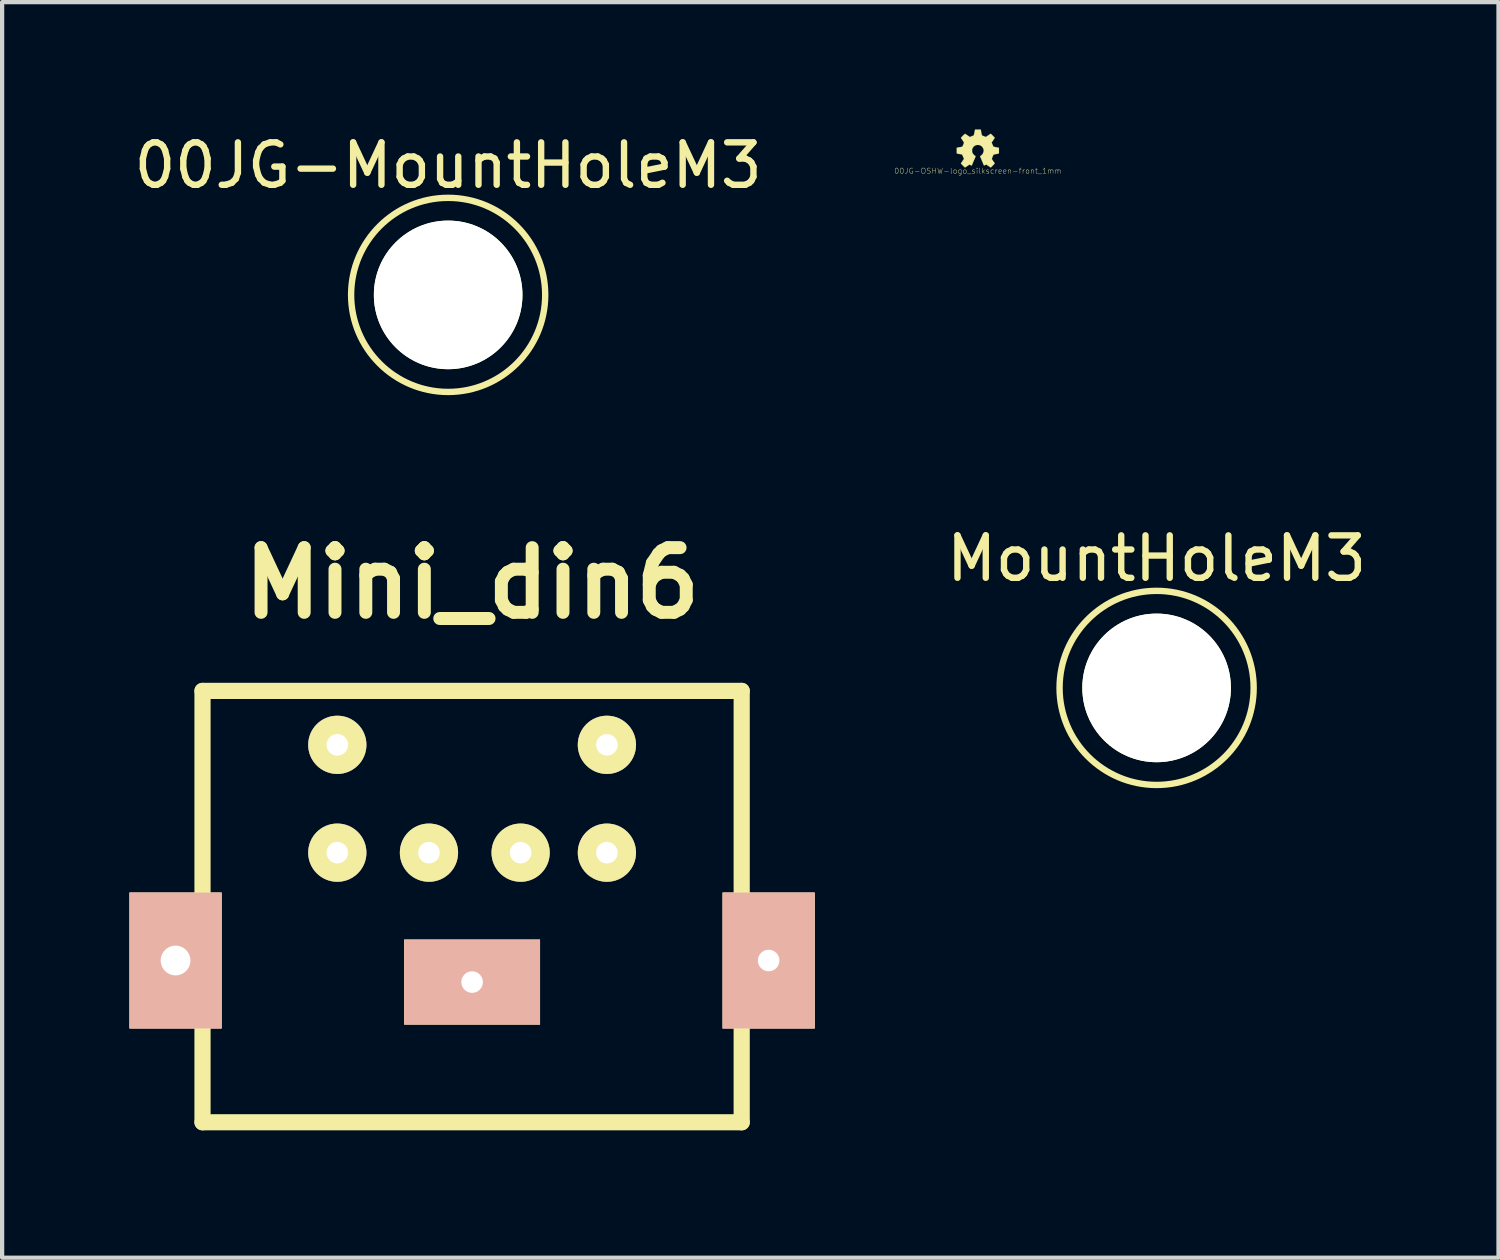
<source format=kicad_pcb>
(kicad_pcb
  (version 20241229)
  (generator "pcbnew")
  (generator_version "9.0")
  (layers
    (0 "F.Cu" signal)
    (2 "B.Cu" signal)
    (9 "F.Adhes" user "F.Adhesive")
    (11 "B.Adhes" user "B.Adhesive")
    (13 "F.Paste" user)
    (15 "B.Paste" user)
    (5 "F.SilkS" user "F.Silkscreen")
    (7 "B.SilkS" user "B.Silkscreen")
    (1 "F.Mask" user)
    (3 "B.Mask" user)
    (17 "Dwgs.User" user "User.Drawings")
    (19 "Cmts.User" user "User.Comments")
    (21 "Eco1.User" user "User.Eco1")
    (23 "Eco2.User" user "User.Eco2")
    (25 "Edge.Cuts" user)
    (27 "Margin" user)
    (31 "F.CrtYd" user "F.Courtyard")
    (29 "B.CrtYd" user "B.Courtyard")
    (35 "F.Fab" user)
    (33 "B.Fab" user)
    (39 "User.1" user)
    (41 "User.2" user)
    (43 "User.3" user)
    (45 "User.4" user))
  (footprint "Mini_din6"
    (layer "F.Cu")
    (at 8.07 18.304)
    (property "Reference" "Mini_din6" (at 0 -7.62 0) (layer "F.SilkS") (effects (font (size 1.524 1.524) (thickness 0.305))))
    (attr through_hole)
    (fp_line (start -6.35 -5.08) (end 6.35 -5.08) (stroke (width 0.381) (type solid)) (layer "F.SilkS"))
    (fp_line (start -6.35 1.27) (end -6.35 -5.08) (stroke (width 0.381) (type solid)) (layer "F.SilkS"))
    (fp_line (start -6.35 5.08) (end -6.35 1.27) (stroke (width 0.381) (type solid)) (layer "F.SilkS"))
    (fp_line (start 6.35 -5.08) (end 6.35 5.08) (stroke (width 0.381) (type solid)) (layer "F.SilkS"))
    (fp_line (start 6.35 5.08) (end -6.35 5.08) (stroke (width 0.381) (type solid)) (layer "F.SilkS"))
    (pad "1" thru_hole circle (at 1.143 -1.27) (size 1.372 1.372) (drill 0.508) (layers "*.Cu" "*.Mask" "F.SilkS"))
    (pad "2" thru_hole circle (at -1.016 -1.27) (size 1.372 1.372) (drill 0.508) (layers "*.Cu" "*.Mask" "F.SilkS"))
    (pad "3" thru_hole circle (at 3.175 -1.27) (size 1.372 1.372) (drill 0.508) (layers "*.Cu" "*.Mask" "F.SilkS"))
    (pad "4" thru_hole circle (at -3.175 -1.27) (size 1.372 1.372) (drill 0.508) (layers "*.Cu" "*.Mask" "F.SilkS"))
    (pad "5" thru_hole circle (at 3.175 -3.81) (size 1.372 1.372) (drill 0.508) (layers "*.Cu" "*.Mask" "F.SilkS"))
    (pad "6" thru_hole circle (at -3.175 -3.81) (size 1.372 1.372) (drill 0.508) (layers "*.Cu" "*.Mask" "F.SilkS"))
    (pad "GND" thru_hole rect (at -6.985 1.27) (size 2.169 3.2) (drill 0.701) (layers "*.Cu" "*.SilkS" "*.Mask"))
    (pad "GND" thru_hole rect (at 0 1.778) (size 3.2 1.999) (drill 0.508) (layers "*.Cu" "*.SilkS" "*.Mask"))
    (pad "GND" thru_hole rect (at 6.985 1.27) (size 2.169 3.2) (drill 0.508) (layers "*.Cu" "*.SilkS" "*.Mask")))
  (footprint "00JG-MountHoleM3"
    (layer "F.Cu")
    (at 7.506 3.896)
    (property "Reference" "00JG-MountHoleM3" (at 0 -3.048 0) (layer "F.SilkS") (effects (font (size 1 1) (thickness 0.15))))
    (attr through_hole)
    (fp_circle (center 0 0) (end 0 -2.286) (stroke (width 0.15) (type solid)) (fill no) (layer "F.SilkS"))
    (pad "" np_thru_hole circle (at 0 0) (size 3.5 3.5) (drill 3.5) (layers "*.Cu" "*.Mask" "F.SilkS")))
  (footprint "MountHoleM3"
    (layer "F.Cu")
    (at 24.193 13.153)
    (property "Reference" "MountHoleM3" (at 0 -3.048 0) (layer "F.SilkS") (effects (font (size 1 1) (thickness 0.15))))
    (attr through_hole)
    (fp_circle (center 0 0) (end 0 -2.286) (stroke (width 0.15) (type solid)) (fill no) (layer "F.SilkS"))
    (pad "" np_thru_hole circle (at 0 0) (size 3.5 3.5) (drill 3.5) (layers "*.Cu" "*.Mask" "F.SilkS")))
  (footprint "00JG-OSHW-logo_silkscreen-front_1mm"
    (layer "F.Cu")
    (at 19.982 0.448)
    (property "Reference" "00JG-OSHW-logo_silkscreen-front_1mm" (at 0 0.528 0) (layer "F.SilkS") (effects (font (size 0.127 0.127) (thickness 0.008))))
    (attr through_hole)
    (fp_poly (pts (xy -0.302 0.447) (xy -0.297 0.445) (xy -0.284 0.437) (xy -0.269 0.427) (xy -0.249 0.414) (xy -0.229 0.401) (xy -0.213 0.389) (xy -0.201 0.381) (xy -0.196 0.378) (xy -0.193 0.381) (xy -0.185 0.386) (xy -0.17 0.391) (xy -0.163 0.396) (xy -0.15 0.401) (xy -0.145 0.404) (xy -0.142 0.401) (xy -0.137 0.391) (xy -0.132 0.376) (xy -0.122 0.353) (xy -0.112 0.328) (xy -0.099 0.3) (xy -0.089 0.272) (xy -0.076 0.246) (xy -0.066 0.221) (xy -0.058 0.203) (xy -0.053 0.188) (xy -0.051 0.183) (xy -0.053 0.183) (xy -0.058 0.175) (xy -0.069 0.168) (xy -0.094 0.147) (xy -0.117 0.119) (xy -0.132 0.086) (xy -0.135 0.048) (xy -0.132 0.015) (xy -0.119 -0.015) (xy -0.097 -0.046) (xy -0.069 -0.066) (xy -0.036 -0.081) (xy 0 -0.084) (xy 0.033 -0.081) (xy 0.066 -0.069) (xy 0.097 -0.046) (xy 0.109 -0.03) (xy 0.127 0) (xy 0.137 0.028) (xy 0.137 0.036) (xy 0.135 0.071) (xy 0.124 0.107) (xy 0.107 0.135) (xy 0.081 0.16) (xy 0.079 0.163) (xy 0.066 0.173) (xy 0.058 0.178) (xy 0.051 0.183) (xy 0.097 0.29) (xy 0.104 0.307) (xy 0.117 0.338) (xy 0.127 0.363) (xy 0.135 0.384) (xy 0.142 0.396) (xy 0.145 0.401) (xy 0.147 0.401) (xy 0.155 0.399) (xy 0.17 0.391) (xy 0.18 0.386) (xy 0.193 0.381) (xy 0.198 0.378) (xy 0.203 0.381) (xy 0.213 0.389) (xy 0.229 0.399) (xy 0.249 0.411) (xy 0.267 0.424) (xy 0.284 0.437) (xy 0.295 0.445) (xy 0.302 0.447) (xy 0.307 0.445) (xy 0.318 0.437) (xy 0.333 0.422) (xy 0.353 0.401) (xy 0.356 0.399) (xy 0.373 0.381) (xy 0.386 0.366) (xy 0.396 0.356) (xy 0.399 0.353) (xy 0.396 0.345) (xy 0.389 0.333) (xy 0.378 0.318) (xy 0.363 0.297) (xy 0.328 0.244) (xy 0.348 0.196) (xy 0.353 0.18) (xy 0.361 0.163) (xy 0.368 0.15) (xy 0.371 0.145) (xy 0.376 0.142) (xy 0.389 0.14) (xy 0.409 0.135) (xy 0.432 0.132) (xy 0.455 0.127) (xy 0.472 0.122) (xy 0.488 0.119) (xy 0.495 0.119) (xy 0.495 0.117) (xy 0.498 0.114) (xy 0.498 0.109) (xy 0.498 0.097) (xy 0.498 0.076) (xy 0.498 0.048) (xy 0.498 0.046) (xy 0.498 0.02) (xy 0.498 0) (xy 0.498 -0.013) (xy 0.495 -0.018) (xy 0.49 -0.02) (xy 0.475 -0.023) (xy 0.457 -0.025) (xy 0.432 -0.03) (xy 0.406 -0.036) (xy 0.389 -0.041) (xy 0.373 -0.043) (xy 0.368 -0.046) (xy 0.366 -0.046) (xy 0.361 -0.056) (xy 0.356 -0.071) (xy 0.348 -0.089) (xy 0.34 -0.107) (xy 0.333 -0.124) (xy 0.328 -0.135) (xy 0.328 -0.142) (xy 0.33 -0.147) (xy 0.338 -0.16) (xy 0.351 -0.175) (xy 0.363 -0.196) (xy 0.366 -0.198) (xy 0.378 -0.218) (xy 0.389 -0.236) (xy 0.396 -0.246) (xy 0.399 -0.251) (xy 0.399 -0.254) (xy 0.396 -0.259) (xy 0.386 -0.269) (xy 0.371 -0.284) (xy 0.353 -0.302) (xy 0.348 -0.307) (xy 0.328 -0.328) (xy 0.315 -0.34) (xy 0.305 -0.345) (xy 0.302 -0.348) (xy 0.295 -0.345) (xy 0.282 -0.335) (xy 0.267 -0.325) (xy 0.246 -0.31) (xy 0.244 -0.31) (xy 0.224 -0.297) (xy 0.208 -0.284) (xy 0.196 -0.277) (xy 0.191 -0.274) (xy 0.183 -0.277) (xy 0.168 -0.282) (xy 0.15 -0.287) (xy 0.132 -0.295) (xy 0.114 -0.302) (xy 0.102 -0.307) (xy 0.097 -0.312) (xy 0.094 -0.32) (xy 0.091 -0.335) (xy 0.086 -0.356) (xy 0.081 -0.378) (xy 0.081 -0.384) (xy 0.076 -0.406) (xy 0.074 -0.427) (xy 0.069 -0.439) (xy 0.069 -0.447) (xy 0.066 -0.447) (xy 0.053 -0.447) (xy 0.036 -0.447) (xy 0.013 -0.447) (xy -0.008 -0.447) (xy -0.028 -0.447) (xy -0.048 -0.447) (xy -0.061 -0.447) (xy -0.066 -0.445) (xy -0.069 -0.437) (xy -0.071 -0.422) (xy -0.076 -0.401) (xy -0.081 -0.376) (xy -0.081 -0.373) (xy -0.086 -0.348) (xy -0.091 -0.33) (xy -0.094 -0.315) (xy -0.094 -0.31) (xy -0.097 -0.31) (xy -0.107 -0.305) (xy -0.122 -0.3) (xy -0.142 -0.29) (xy -0.188 -0.272) (xy -0.244 -0.31) (xy -0.249 -0.315) (xy -0.269 -0.328) (xy -0.287 -0.338) (xy -0.297 -0.345) (xy -0.302 -0.348) (xy -0.307 -0.343) (xy -0.32 -0.333) (xy -0.335 -0.318) (xy -0.353 -0.302) (xy -0.366 -0.287) (xy -0.381 -0.272) (xy -0.391 -0.262) (xy -0.396 -0.254) (xy -0.399 -0.251) (xy -0.396 -0.249) (xy -0.394 -0.241) (xy -0.386 -0.231) (xy -0.373 -0.213) (xy -0.361 -0.193) (xy -0.348 -0.175) (xy -0.338 -0.157) (xy -0.33 -0.145) (xy -0.325 -0.137) (xy -0.328 -0.135) (xy -0.33 -0.124) (xy -0.338 -0.107) (xy -0.345 -0.086) (xy -0.366 -0.043) (xy -0.394 -0.038) (xy -0.411 -0.033) (xy -0.437 -0.03) (xy -0.46 -0.025) (xy -0.498 -0.018) (xy -0.498 0.114) (xy -0.493 0.117) (xy -0.488 0.119) (xy -0.475 0.122) (xy -0.455 0.127) (xy -0.432 0.13) (xy -0.411 0.135) (xy -0.391 0.137) (xy -0.378 0.14) (xy -0.371 0.142) (xy -0.371 0.145) (xy -0.366 0.155) (xy -0.358 0.17) (xy -0.351 0.188) (xy -0.343 0.206) (xy -0.335 0.224) (xy -0.33 0.236) (xy -0.328 0.244) (xy -0.33 0.249) (xy -0.338 0.262) (xy -0.351 0.277) (xy -0.363 0.297) (xy -0.376 0.318) (xy -0.389 0.333) (xy -0.396 0.345) (xy -0.399 0.351) (xy -0.396 0.356) (xy -0.389 0.363) (xy -0.376 0.378) (xy -0.353 0.401) (xy -0.348 0.404) (xy -0.333 0.422) (xy -0.318 0.434) (xy -0.307 0.445) (xy -0.302 0.447)) (stroke (width 0.003) (type solid)) (fill yes) (layer "F.SilkS")))
  (gr_rect
    (start -3 -3)
    (end 32.246 26.574)
    (stroke (width 0.1) (type default))
    (fill no)
    (layer "Edge.Cuts")))
</source>
